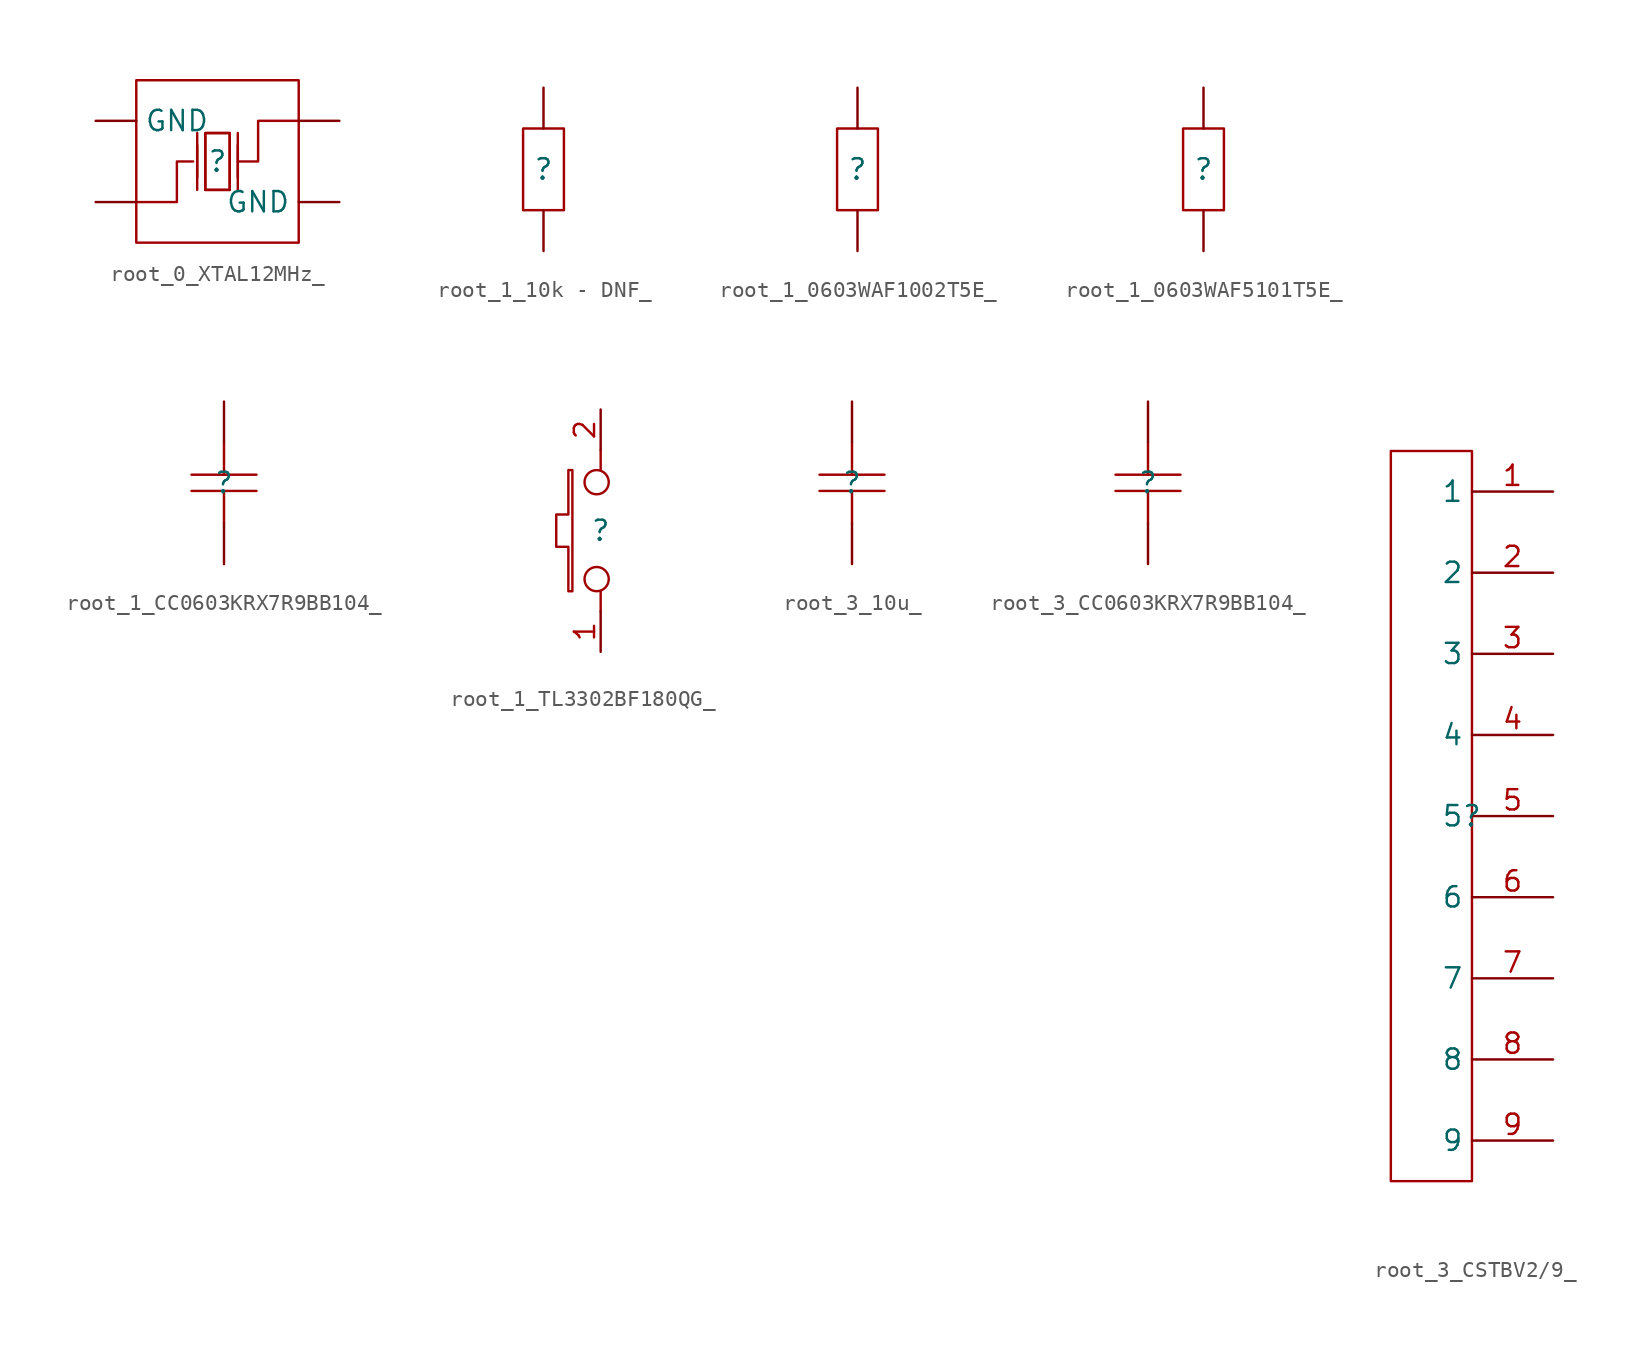
<source format=kicad_sym>
(kicad_symbol_lib
  (version 20241209)
  (generator "kicad_symbol_editor")
  (generator_version "9.0")
  (symbol "root_0_XTAL12MHz_"
    (pin_numbers
      (hide yes))
    (property "Reference" ""
      (at 0 0 0)
      (effects (font (size 1.27 1.27))))
    (property "Value" ""
      (at 0 0 0)
      (effects (font (size 1.27 1.27))))
    (symbol "root_0_XTAL12MHz__1_0"
      (rectangle (start -5.08 5.08) (end 5.08 -5.08) (stroke (width 0) (type solid) (color 160 0 0 1)) (fill (type none)))
      (polyline (pts (xy -5.08 -2.54) (xy -2.54 -2.54) (xy -2.54 -2.54) (xy -2.54 -2.54) (xy -2.54 -2.54) (xy -2.54 0) (xy -2.54 0) (xy -2.54 0) (xy -2.54 0) (xy -1.524 0)) (stroke (width 0) (type solid) (color 160 0 0 1)) (fill (type none)))
      (polyline (pts (xy -1.27 -1.016) (xy -1.27 1.016)) (stroke (width 0) (type solid) (color 160 0 0 1)) (fill (type none)))
      (polyline (pts (xy -1.27 -1.778) (xy -1.27 1.778)) (stroke (width 0) (type solid) (color 160 0 0 1)) (fill (type none)))
      (polyline (pts (xy -0.762 -1.778) (xy -0.762 1.778) (xy -0.762 1.778) (xy -0.762 1.778) (xy -0.762 1.778) (xy 0.762 1.778) (xy 0.762 1.778) (xy 0.762 1.778) (xy 0.762 1.778) (xy 0.762 -1.778)) (stroke (width 0) (type solid) (color 160 0 0 1)) (fill (type none)))
      (polyline (pts (xy 0.762 1.778) (xy 0.762 -1.778) (xy 0.762 -1.778) (xy 0.762 -1.778) (xy 0.762 -1.778) (xy -0.762 -1.778) (xy -0.762 -1.778) (xy -0.762 -1.778) (xy -0.762 -1.778) (xy -0.762 1.778) (xy -0.762 1.778) (xy -0.762 1.778) (xy -0.762 1.778) (xy 0.762 1.778)) (stroke (width 0) (type solid) (color 160 0 0 1)) (fill (type none)))
      (polyline (pts (xy 0.762 -1.778) (xy -0.762 -1.778)) (stroke (width 0) (type solid) (color 160 0 0 1)) (fill (type none)))
      (polyline (pts (xy 1.27 -1.016) (xy 1.27 1.016)) (stroke (width 0) (type solid) (color 160 0 0 1)) (fill (type none)))
      (polyline (pts (xy 1.27 -1.778) (xy 1.27 1.778)) (stroke (width 0) (type solid) (color 160 0 0 1)) (fill (type none)))
      (polyline (pts (xy 5.08 2.54) (xy 2.54 2.54) (xy 2.54 2.54) (xy 2.54 2.54) (xy 2.54 2.54) (xy 2.54 0) (xy 2.54 0) (xy 2.54 0) (xy 2.54 0) (xy 1.27 0)) (stroke (width 0) (type solid) (color 160 0 0 1)) (fill (type none)))
      (pin passive line (at -7.62 2.54 0) (length 2.54) (name "GND" (effects (font (size 1.27 1.27)))) (number "4" (effects (font (size 1.27 1.27)))))
      (pin passive line (at -7.62 -2.54 0) (length 2.54) (name "OSC1" (effects (font (size 0 0)))) (number "1" (effects (font (size 1.27 1.27)))))
      (pin passive line (at 7.62 2.54 180) (length 2.54) (name "OSC2" (effects (font (size 0 0)))) (number "3" (effects (font (size 1.27 1.27)))))
      (pin passive line (at 7.62 -2.54 180) (length 2.54) (name "GND" (effects (font (size 1.27 1.27)))) (number "2" (effects (font (size 1.27 1.27)))))))
  (symbol "root_1_10k - DNF_"
    (pin_numbers
      (hide yes))
    (pin_names
      (hide yes))
    (property "Reference" ""
      (at 0 0 0)
      (effects (font (size 1.27 1.27))))
    (property "Value" ""
      (at 0 0 0)
      (effects (font (size 1.27 1.27))))
    (symbol "root_1_10k - DNF__1_0"
      (rectangle (start -1.27 2.54) (end 1.27 -2.54) (stroke (width 0) (type solid) (color 160 0 0 1)) (fill (type none)))
      (pin passive line (at 0 5.08 270) (length 2.54) (name "2" (effects (font (size 1.27 1.27)))) (number "2" (effects (font (size 1.27 1.27)))))
      (pin passive line (at 0 -5.08 90) (length 2.54) (name "1" (effects (font (size 1.27 1.27)))) (number "1" (effects (font (size 1.27 1.27)))))))
  (symbol "root_1_0603WAF1002T5E_"
    (pin_numbers
      (hide yes))
    (pin_names
      (hide yes))
    (property "Reference" ""
      (at 0 0 0)
      (effects (font (size 1.27 1.27))))
    (property "Value" ""
      (at 0 0 0)
      (effects (font (size 1.27 1.27))))
    (symbol "root_1_0603WAF1002T5E__1_0"
      (rectangle (start -1.27 2.54) (end 1.27 -2.54) (stroke (width 0) (type solid) (color 160 0 0 1)) (fill (type none)))
      (pin passive line (at 0 5.08 270) (length 2.54) (name "2" (effects (font (size 1.27 1.27)))) (number "2" (effects (font (size 1.27 1.27)))))
      (pin passive line (at 0 -5.08 90) (length 2.54) (name "1" (effects (font (size 1.27 1.27)))) (number "1" (effects (font (size 1.27 1.27)))))))
  (symbol "root_1_0603WAF5101T5E_"
    (pin_numbers
      (hide yes))
    (pin_names
      (hide yes))
    (property "Reference" ""
      (at 0 0 0)
      (effects (font (size 1.27 1.27))))
    (property "Value" ""
      (at 0 0 0)
      (effects (font (size 1.27 1.27))))
    (symbol "root_1_0603WAF5101T5E__1_0"
      (rectangle (start -1.27 2.54) (end 1.27 -2.54) (stroke (width 0) (type solid) (color 160 0 0 1)) (fill (type none)))
      (pin passive line (at 0 5.08 270) (length 2.54) (name "2" (effects (font (size 1.27 1.27)))) (number "2" (effects (font (size 1.27 1.27)))))
      (pin passive line (at 0 -5.08 90) (length 2.54) (name "1" (effects (font (size 1.27 1.27)))) (number "1" (effects (font (size 1.27 1.27)))))))
  (symbol "root_1_CC0603KRX7R9BB104_"
    (pin_numbers
      (hide yes))
    (pin_names
      (hide yes))
    (property "Reference" ""
      (at 0 0 0)
      (effects (font (size 1.27 1.27))))
    (property "Value" ""
      (at 0 0 0)
      (effects (font (size 1.27 1.27))))
    (symbol "root_1_CC0603KRX7R9BB104__1_0"
      (polyline (pts (xy -2.032 0.508) (xy 2.032 0.508)) (stroke (width 0) (type solid) (color 160 0 0 1)) (fill (type none)))
      (polyline (pts (xy 0 2.54) (xy 0 0.508)) (stroke (width 0) (type solid) (color 160 0 0 1)) (fill (type none)))
      (polyline (pts (xy 0 -0.508) (xy 0 -2.54)) (stroke (width 0) (type solid) (color 160 0 0 1)) (fill (type none)))
      (polyline (pts (xy 2.032 -0.508) (xy -2.032 -0.508)) (stroke (width 0) (type solid) (color 160 0 0 1)) (fill (type none)))
      (pin passive line (at 0 5.08 270) (length 2.54) (name "2" (effects (font (size 1.27 1.27)))) (number "2" (effects (font (size 1.27 1.27)))))
      (pin passive line (at 0 -5.08 90) (length 2.54) (name "1" (effects (font (size 1.27 1.27)))) (number "1" (effects (font (size 1.27 1.27)))))))
  (symbol "root_1_TL3302BF180QG_"
    (pin_names
      (hide yes))
    (property "Reference" ""
      (at 0 0 0)
      (effects (font (size 1.27 1.27))))
    (property "Value" ""
      (at 0 0 0)
      (effects (font (size 1.27 1.27))))
    (symbol "root_1_TL3302BF180QG__1_0"
      (polyline (pts (xy -2.032 -3.81) (xy -1.778 -3.81) (xy -1.778 -3.81) (xy -1.778 -3.81) (xy -1.778 -3.81) (xy -1.778 3.81) (xy -1.778 3.81) (xy -1.778 3.81) (xy -1.778 3.81) (xy -2.032 3.81) (xy -2.032 3.81) (xy -2.032 3.81) (xy -2.032 3.81) (xy -2.032 1.016) (xy -2.032 1.016) (xy -2.032 1.016) (xy -2.032 1.016) (xy -2.794 1.016) (xy -2.794 1.016) (xy -2.794 1.016) (xy -2.794 1.016) (xy -2.794 -1.016) (xy -2.794 -1.016) (xy -2.794 -1.016) (xy -2.794 -1.016) (xy -2.032 -1.016) (xy -2.032 -1.016) (xy -2.032 -1.016) (xy -2.032 -1.016) (xy -2.032 -3.81)) (stroke (width 0) (type solid) (color 160 0 0 1)) (fill (type none)))
      (arc (start -0.2517 3.81) (mid -0.253 2.286) (end -0.2543 3.81) (stroke (width 0) (type solid) (color 160 0 0 1)) (fill (type none)))
      (arc (start -0.2517 -2.286) (mid -0.253 -3.81) (end -0.2543 -2.286) (stroke (width 0) (type solid) (color 160 0 0 1)) (fill (type none)))
      (polyline (pts (xy 0 5.08) (xy 0 3.81)) (stroke (width 0) (type solid) (color 160 0 0 1)) (fill (type none)))
      (polyline (pts (xy 0 -5.08) (xy 0 -3.81)) (stroke (width 0) (type solid) (color 160 0 0 1)) (fill (type none)))
      (pin passive line (at 0 7.62 270) (length 2.54) (name "2" (effects (font (size 1.27 1.27)))) (number "2" (effects (font (size 1.27 1.27)))))
      (pin passive line (at 0 -7.62 90) (length 2.54) (name "1" (effects (font (size 1.27 1.27)))) (number "1" (effects (font (size 1.27 1.27)))))))
  (symbol "root_3_10u_"
    (pin_numbers
      (hide yes))
    (pin_names
      (hide yes))
    (property "Reference" ""
      (at 0 0 0)
      (effects (font (size 1.27 1.27))))
    (property "Value" ""
      (at 0 0 0)
      (effects (font (size 1.27 1.27))))
    (symbol "root_3_10u__1_0"
      (polyline (pts (xy -2.032 0.508) (xy 2.032 0.508)) (stroke (width 0) (type solid) (color 160 0 0 1)) (fill (type none)))
      (polyline (pts (xy 0 0.508) (xy 0 2.54)) (stroke (width 0) (type solid) (color 160 0 0 1)) (fill (type none)))
      (polyline (pts (xy 0 -2.54) (xy 0 -0.508)) (stroke (width 0) (type solid) (color 160 0 0 1)) (fill (type none)))
      (polyline (pts (xy 2.032 -0.508) (xy -2.032 -0.508)) (stroke (width 0) (type solid) (color 160 0 0 1)) (fill (type none)))
      (pin passive line (at 0 5.08 270) (length 2.54) (name "1" (effects (font (size 1.27 1.27)))) (number "1" (effects (font (size 1.27 1.27)))))
      (pin passive line (at 0 -5.08 90) (length 2.54) (name "2" (effects (font (size 1.27 1.27)))) (number "2" (effects (font (size 1.27 1.27)))))))
  (symbol "root_3_CC0603KRX7R9BB104_"
    (pin_numbers
      (hide yes))
    (pin_names
      (hide yes))
    (property "Reference" ""
      (at 0 0 0)
      (effects (font (size 1.27 1.27))))
    (property "Value" ""
      (at 0 0 0)
      (effects (font (size 1.27 1.27))))
    (symbol "root_3_CC0603KRX7R9BB104__1_0"
      (polyline (pts (xy -2.032 0.508) (xy 2.032 0.508)) (stroke (width 0) (type solid) (color 160 0 0 1)) (fill (type none)))
      (polyline (pts (xy 0 0.508) (xy 0 2.54)) (stroke (width 0) (type solid) (color 160 0 0 1)) (fill (type none)))
      (polyline (pts (xy 0 -2.54) (xy 0 -0.508)) (stroke (width 0) (type solid) (color 160 0 0 1)) (fill (type none)))
      (polyline (pts (xy 2.032 -0.508) (xy -2.032 -0.508)) (stroke (width 0) (type solid) (color 160 0 0 1)) (fill (type none)))
      (pin passive line (at 0 5.08 270) (length 2.54) (name "1" (effects (font (size 1.27 1.27)))) (number "1" (effects (font (size 1.27 1.27)))))
      (pin passive line (at 0 -5.08 90) (length 2.54) (name "2" (effects (font (size 1.27 1.27)))) (number "2" (effects (font (size 1.27 1.27)))))))
  (symbol "root_3_CSTBV2/9_"
    (property "Reference" ""
      (at 0 0 0)
      (effects (font (size 1.27 1.27))))
    (property "Value" ""
      (at 0 0 0)
      (effects (font (size 1.27 1.27))))
    (symbol "root_3_CSTBV2/9__1_0"
      (rectangle (start -5.08 22.86) (end 0 -22.86) (stroke (width 0) (type solid) (color 160 0 0 1)) (fill (type none)))
      (pin passive line (at 5.08 20.32 180) (length 5.08) (name "1" (effects (font (size 1.27 1.27)))) (number "1" (effects (font (size 1.27 1.27)))))
      (pin passive line (at 5.08 15.24 180) (length 5.08) (name "2" (effects (font (size 1.27 1.27)))) (number "2" (effects (font (size 1.27 1.27)))))
      (pin passive line (at 5.08 10.16 180) (length 5.08) (name "3" (effects (font (size 1.27 1.27)))) (number "3" (effects (font (size 1.27 1.27)))))
      (pin passive line (at 5.08 5.08 180) (length 5.08) (name "4" (effects (font (size 1.27 1.27)))) (number "4" (effects (font (size 1.27 1.27)))))
      (pin passive line (at 5.08 0 180) (length 5.08) (name "5" (effects (font (size 1.27 1.27)))) (number "5" (effects (font (size 1.27 1.27)))))
      (pin passive line (at 5.08 -5.08 180) (length 5.08) (name "6" (effects (font (size 1.27 1.27)))) (number "6" (effects (font (size 1.27 1.27)))))
      (pin passive line (at 5.08 -10.16 180) (length 5.08) (name "7" (effects (font (size 1.27 1.27)))) (number "7" (effects (font (size 1.27 1.27)))))
      (pin passive line (at 5.08 -15.24 180) (length 5.08) (name "8" (effects (font (size 1.27 1.27)))) (number "8" (effects (font (size 1.27 1.27)))))
      (pin passive line (at 5.08 -20.32 180) (length 5.08) (name "9" (effects (font (size 1.27 1.27)))) (number "9" (effects (font (size 1.27 1.27))))))))
</source>
